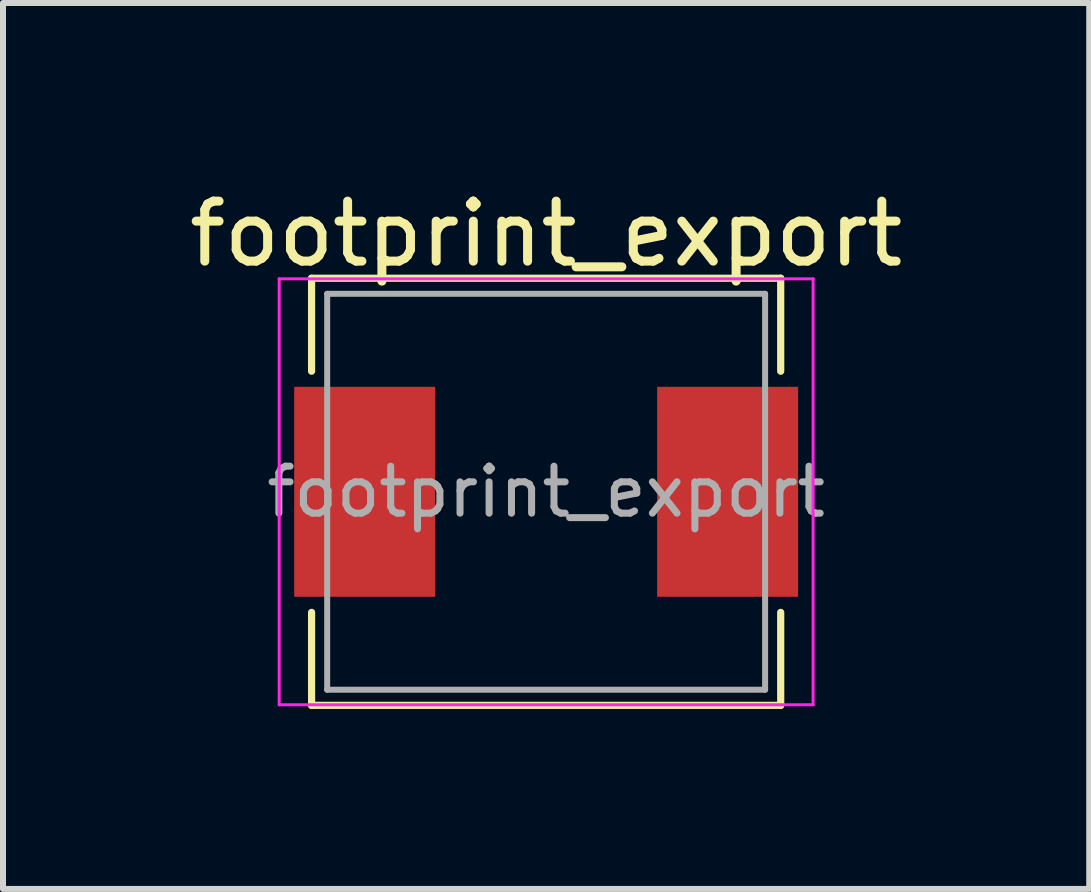
<source format=kicad_pcb>
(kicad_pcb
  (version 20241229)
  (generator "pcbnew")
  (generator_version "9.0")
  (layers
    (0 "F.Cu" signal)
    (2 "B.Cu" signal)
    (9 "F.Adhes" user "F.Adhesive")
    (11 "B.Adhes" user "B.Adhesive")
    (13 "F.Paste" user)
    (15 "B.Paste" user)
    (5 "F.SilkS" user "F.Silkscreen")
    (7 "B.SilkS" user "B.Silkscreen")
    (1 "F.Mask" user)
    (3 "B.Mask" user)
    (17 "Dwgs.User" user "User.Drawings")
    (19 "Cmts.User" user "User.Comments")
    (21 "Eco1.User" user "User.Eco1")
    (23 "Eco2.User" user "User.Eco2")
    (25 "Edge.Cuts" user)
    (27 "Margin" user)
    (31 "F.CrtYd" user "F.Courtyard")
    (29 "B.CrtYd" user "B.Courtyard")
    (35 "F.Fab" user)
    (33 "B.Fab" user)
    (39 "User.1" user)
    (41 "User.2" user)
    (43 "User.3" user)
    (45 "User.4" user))
  (footprint "footprint_export"
    (layer "F.Cu")
    (at 6.054 5.148)
    (property "Reference" "footprint_export" (at 0 -4.3 0) (layer "F.SilkS") (effects (font (size 1 1) (thickness 0.15))))
    (attr smd)
    (fp_line (start -3.91 -3.56) (end -3.91 -2.01) (stroke (width 0.12) (type solid)) (layer "F.SilkS"))
    (fp_line (start -3.91 -3.56) (end 3.91 -3.56) (stroke (width 0.12) (type solid)) (layer "F.SilkS"))
    (fp_line (start -3.91 3.56) (end -3.91 2.01) (stroke (width 0.12) (type solid)) (layer "F.SilkS"))
    (fp_line (start -3.91 3.56) (end 3.91 3.56) (stroke (width 0.12) (type solid)) (layer "F.SilkS"))
    (fp_line (start 3.91 -3.56) (end 3.91 -2.01) (stroke (width 0.12) (type solid)) (layer "F.SilkS"))
    (fp_line (start 3.91 3.56) (end 3.91 2.01) (stroke (width 0.12) (type solid)) (layer "F.SilkS"))
    (fp_line (start -4.45 -3.55) (end -4.45 3.55) (stroke (width 0.05) (type solid)) (layer "F.CrtYd"))
    (fp_line (start -4.45 3.55) (end 4.45 3.55) (stroke (width 0.05) (type solid)) (layer "F.CrtYd"))
    (fp_line (start 4.45 -3.55) (end -4.45 -3.55) (stroke (width 0.05) (type solid)) (layer "F.CrtYd"))
    (fp_line (start 4.45 3.55) (end 4.45 -3.55) (stroke (width 0.05) (type solid)) (layer "F.CrtYd"))
    (fp_line (start -3.65 -3.3) (end -3.65 3.3) (stroke (width 0.1) (type solid)) (layer "F.Fab"))
    (fp_line (start -3.65 3.3) (end 3.65 3.3) (stroke (width 0.1) (type solid)) (layer "F.Fab"))
    (fp_line (start 3.65 -3.3) (end -3.65 -3.3) (stroke (width 0.1) (type solid)) (layer "F.Fab"))
    (fp_line (start 3.65 3.3) (end 3.65 -3.3) (stroke (width 0.1) (type solid)) (layer "F.Fab"))
    (fp_text user "${REFERENCE}" (at 0 0 0) (layer "F.Fab") (effects (font (size 0.783 0.783) (thickness 0.117))))
    (pad "1" smd rect (at -3.025 0) (size 2.35 3.5) (layers "F.Cu" "F.Mask" "F.Paste"))
    (pad "2" smd rect (at 3.025 0) (size 2.35 3.5) (layers "F.Cu" "F.Mask" "F.Paste")))
  (gr_rect
    (start -3 -3)
    (end 15.107 11.768)
    (stroke (width 0.1) (type default))
    (fill no)
    (layer "Edge.Cuts")))
</source>
